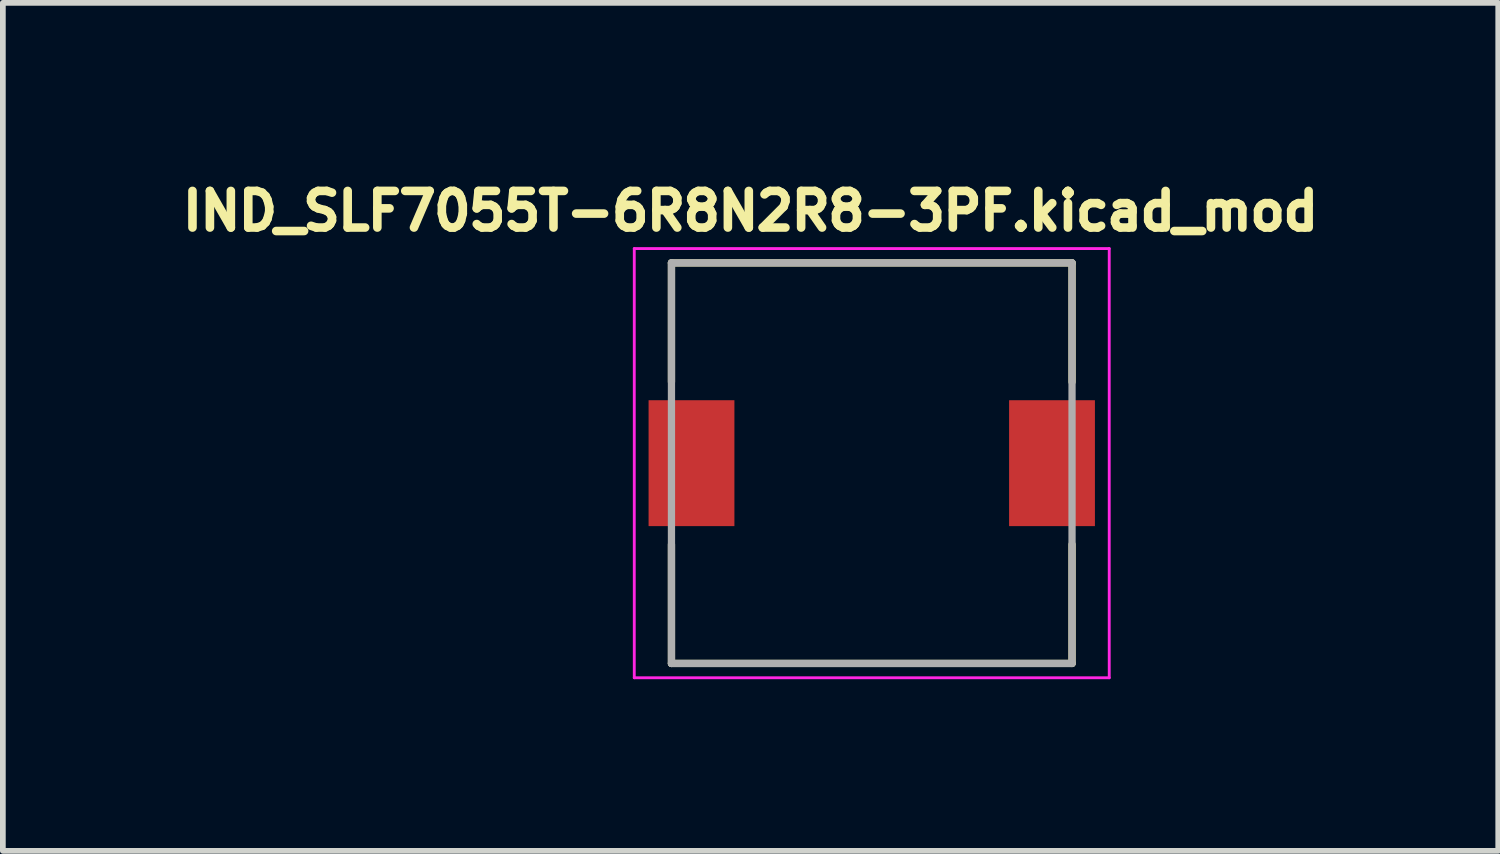
<source format=kicad_pcb>
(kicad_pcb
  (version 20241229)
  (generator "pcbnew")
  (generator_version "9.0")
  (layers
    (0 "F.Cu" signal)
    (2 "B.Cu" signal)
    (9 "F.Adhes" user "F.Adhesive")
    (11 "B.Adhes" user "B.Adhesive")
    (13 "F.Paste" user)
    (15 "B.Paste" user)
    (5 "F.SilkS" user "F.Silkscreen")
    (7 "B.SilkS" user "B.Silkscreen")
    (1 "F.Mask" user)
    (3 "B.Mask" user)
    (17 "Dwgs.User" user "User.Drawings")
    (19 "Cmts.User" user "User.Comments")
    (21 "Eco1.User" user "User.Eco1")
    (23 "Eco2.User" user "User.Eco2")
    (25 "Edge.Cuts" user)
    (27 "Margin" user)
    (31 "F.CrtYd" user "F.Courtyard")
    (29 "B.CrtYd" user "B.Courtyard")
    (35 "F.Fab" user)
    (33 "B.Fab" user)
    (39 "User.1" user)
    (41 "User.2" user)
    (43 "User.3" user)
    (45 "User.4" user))
  (footprint "IND_SLF7055T-6R8N2R8-3PF.kicad_mod"
    (layer "F.Cu")
    (at 12.184 5.044)
    (property "Reference" "IND_SLF7055T-6R8N2R8-3PF.kicad_mod" (at -2.118 -4.406 0) (layer "F.SilkS") (effects (font (size 0.64 0.64) (thickness 0.15))))
    (attr smd)
    (fp_line (start -3.5 -3.5) (end -3.5 -1.42) (stroke (width 0.127) (type solid)) (layer "F.SilkS"))
    (fp_line (start -3.5 -3.5) (end 3.5 -3.5) (stroke (width 0.127) (type solid)) (layer "F.SilkS"))
    (fp_line (start -3.5 3.5) (end -3.5 1.42) (stroke (width 0.127) (type solid)) (layer "F.SilkS"))
    (fp_line (start -3.5 3.5) (end 3.5 3.5) (stroke (width 0.127) (type solid)) (layer "F.SilkS"))
    (fp_line (start 3.5 -3.5) (end 3.5 -1.42) (stroke (width 0.127) (type solid)) (layer "F.SilkS"))
    (fp_line (start 3.5 3.5) (end 3.5 1.42) (stroke (width 0.127) (type solid)) (layer "F.SilkS"))
    (fp_line (start -4.15 -3.75) (end -4.15 3.75) (stroke (width 0.05) (type solid)) (layer "F.CrtYd"))
    (fp_line (start -4.15 3.75) (end 4.15 3.75) (stroke (width 0.05) (type solid)) (layer "F.CrtYd"))
    (fp_line (start 4.15 -3.75) (end -4.15 -3.75) (stroke (width 0.05) (type solid)) (layer "F.CrtYd"))
    (fp_line (start 4.15 3.75) (end 4.15 -3.75) (stroke (width 0.05) (type solid)) (layer "F.CrtYd"))
    (fp_line (start -3.5 -3.5) (end -3.5 3.5) (stroke (width 0.127) (type solid)) (layer "F.Fab"))
    (fp_line (start -3.5 -3.5) (end 3.5 -3.5) (stroke (width 0.127) (type solid)) (layer "F.Fab"))
    (fp_line (start -3.5 3.5) (end 3.5 3.5) (stroke (width 0.127) (type solid)) (layer "F.Fab"))
    (fp_line (start 3.5 -3.5) (end 3.5 3.5) (stroke (width 0.127) (type solid)) (layer "F.Fab"))
    (pad "1" smd rect (at -3.15 0) (size 1.5 2.2) (layers "F.Cu" "F.Mask" "F.Paste"))
    (pad "2" smd rect (at 3.15 0) (size 1.5 2.2) (layers "F.Cu" "F.Mask" "F.Paste")))
  (gr_rect
    (start -3 -3)
    (end 23.132 11.819)
    (stroke (width 0.1) (type default))
    (fill no)
    (layer "Edge.Cuts")))
</source>
